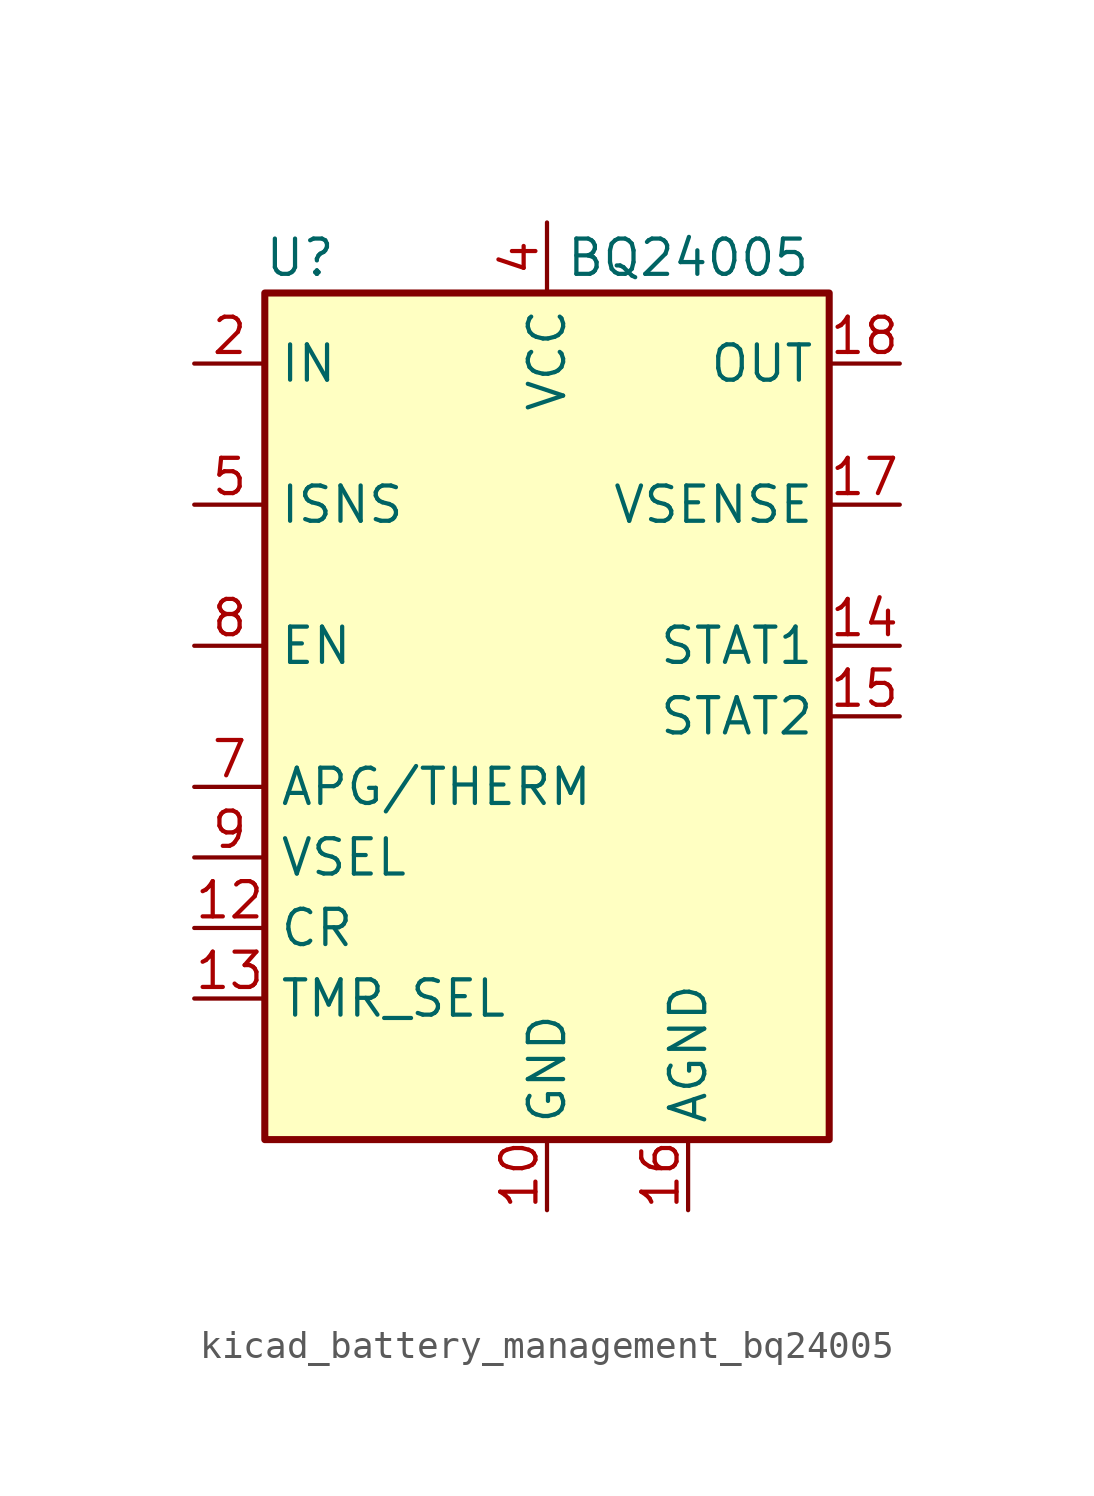
<source format=kicad_sym>
(kicad_symbol_lib
  (version 20220914)
  (generator kicad_symbol_editor)
  (symbol "kicad_battery_management_bq24005"
    (property "Reference" "U"
      (at -8.89 16.51 0)
      (effects (font (size 1.27 1.27))))
    (property "Value" "BQ24005"
      (at 5.08 16.51 0)
      (effects (font (size 1.27 1.27))))
    (symbol "kicad_battery_management_bq24005_0_1"
      (rectangle (start -10.16 15.24) (end 10.16 -15.24) (stroke (width 0.254) (type default)) (fill (type background))))
    (symbol "kicad_battery_management_bq24005_1_1"
      (pin no_connect line (at 10.16 -2.54 180) (length 2.54) hide (name "N/C" (effects (font (size 1.27 1.27)))) (number "1" (effects (font (size 1.27 1.27)))))
      (pin power_in line (at 0 -17.78 90) (length 2.54) (name "GND" (effects (font (size 1.27 1.27)))) (number "10" (effects (font (size 1.27 1.27)))))
      (pin no_connect line (at 10.16 -7.62 180) (length 2.54) hide (name "N/C" (effects (font (size 1.27 1.27)))) (number "11" (effects (font (size 1.27 1.27)))))
      (pin input line (at -12.7 -7.62 0) (length 2.54) (name "CR" (effects (font (size 1.27 1.27)))) (number "12" (effects (font (size 1.27 1.27)))))
      (pin input line (at -12.7 -10.16 0) (length 2.54) (name "TMR_SEL" (effects (font (size 1.27 1.27)))) (number "13" (effects (font (size 1.27 1.27)))))
      (pin open_collector line (at 12.7 2.54 180) (length 2.54) (name "STAT1" (effects (font (size 1.27 1.27)))) (number "14" (effects (font (size 1.27 1.27)))))
      (pin open_collector line (at 12.7 0 180) (length 2.54) (name "STAT2" (effects (font (size 1.27 1.27)))) (number "15" (effects (font (size 1.27 1.27)))))
      (pin power_in line (at 5.08 -17.78 90) (length 2.54) (name "AGND" (effects (font (size 1.27 1.27)))) (number "16" (effects (font (size 1.27 1.27)))))
      (pin input line (at 12.7 7.62 180) (length 2.54) (name "VSENSE" (effects (font (size 1.27 1.27)))) (number "17" (effects (font (size 1.27 1.27)))))
      (pin output line (at 12.7 12.7 180) (length 2.54) (name "OUT" (effects (font (size 1.27 1.27)))) (number "18" (effects (font (size 1.27 1.27)))))
      (pin passive line (at 12.7 12.7 180) (length 2.54) hide (name "OUT" (effects (font (size 1.27 1.27)))) (number "19" (effects (font (size 1.27 1.27)))))
      (pin input line (at -12.7 12.7 0) (length 2.54) (name "IN" (effects (font (size 1.27 1.27)))) (number "2" (effects (font (size 1.27 1.27)))))
      (pin no_connect line (at 10.16 -10.16 180) (length 2.54) hide (name "N/C" (effects (font (size 1.27 1.27)))) (number "20" (effects (font (size 1.27 1.27)))))
      (pin passive line (at 0 -17.78 90) (length 2.54) hide (name "GND" (effects (font (size 1.27 1.27)))) (number "21" (effects (font (size 1.27 1.27)))))
      (pin input line (at -12.7 12.7 0) (length 2.54) hide (name "IN" (effects (font (size 1.27 1.27)))) (number "3" (effects (font (size 1.27 1.27)))))
      (pin power_in line (at 0 17.78 270) (length 2.54) (name "VCC" (effects (font (size 1.27 1.27)))) (number "4" (effects (font (size 1.27 1.27)))))
      (pin input line (at -12.7 7.62 0) (length 2.54) (name "ISNS" (effects (font (size 1.27 1.27)))) (number "5" (effects (font (size 1.27 1.27)))))
      (pin no_connect line (at 10.16 -5.08 180) (length 2.54) hide (name "N/C" (effects (font (size 1.27 1.27)))) (number "6" (effects (font (size 1.27 1.27)))))
      (pin input line (at -12.7 -2.54 0) (length 2.54) (name "APG/THERM" (effects (font (size 1.27 1.27)))) (number "7" (effects (font (size 1.27 1.27)))))
      (pin input line (at -12.7 2.54 0) (length 2.54) (name "EN" (effects (font (size 1.27 1.27)))) (number "8" (effects (font (size 1.27 1.27)))))
      (pin input line (at -12.7 -5.08 0) (length 2.54) (name "VSEL" (effects (font (size 1.27 1.27)))) (number "9" (effects (font (size 1.27 1.27))))))))
</source>
